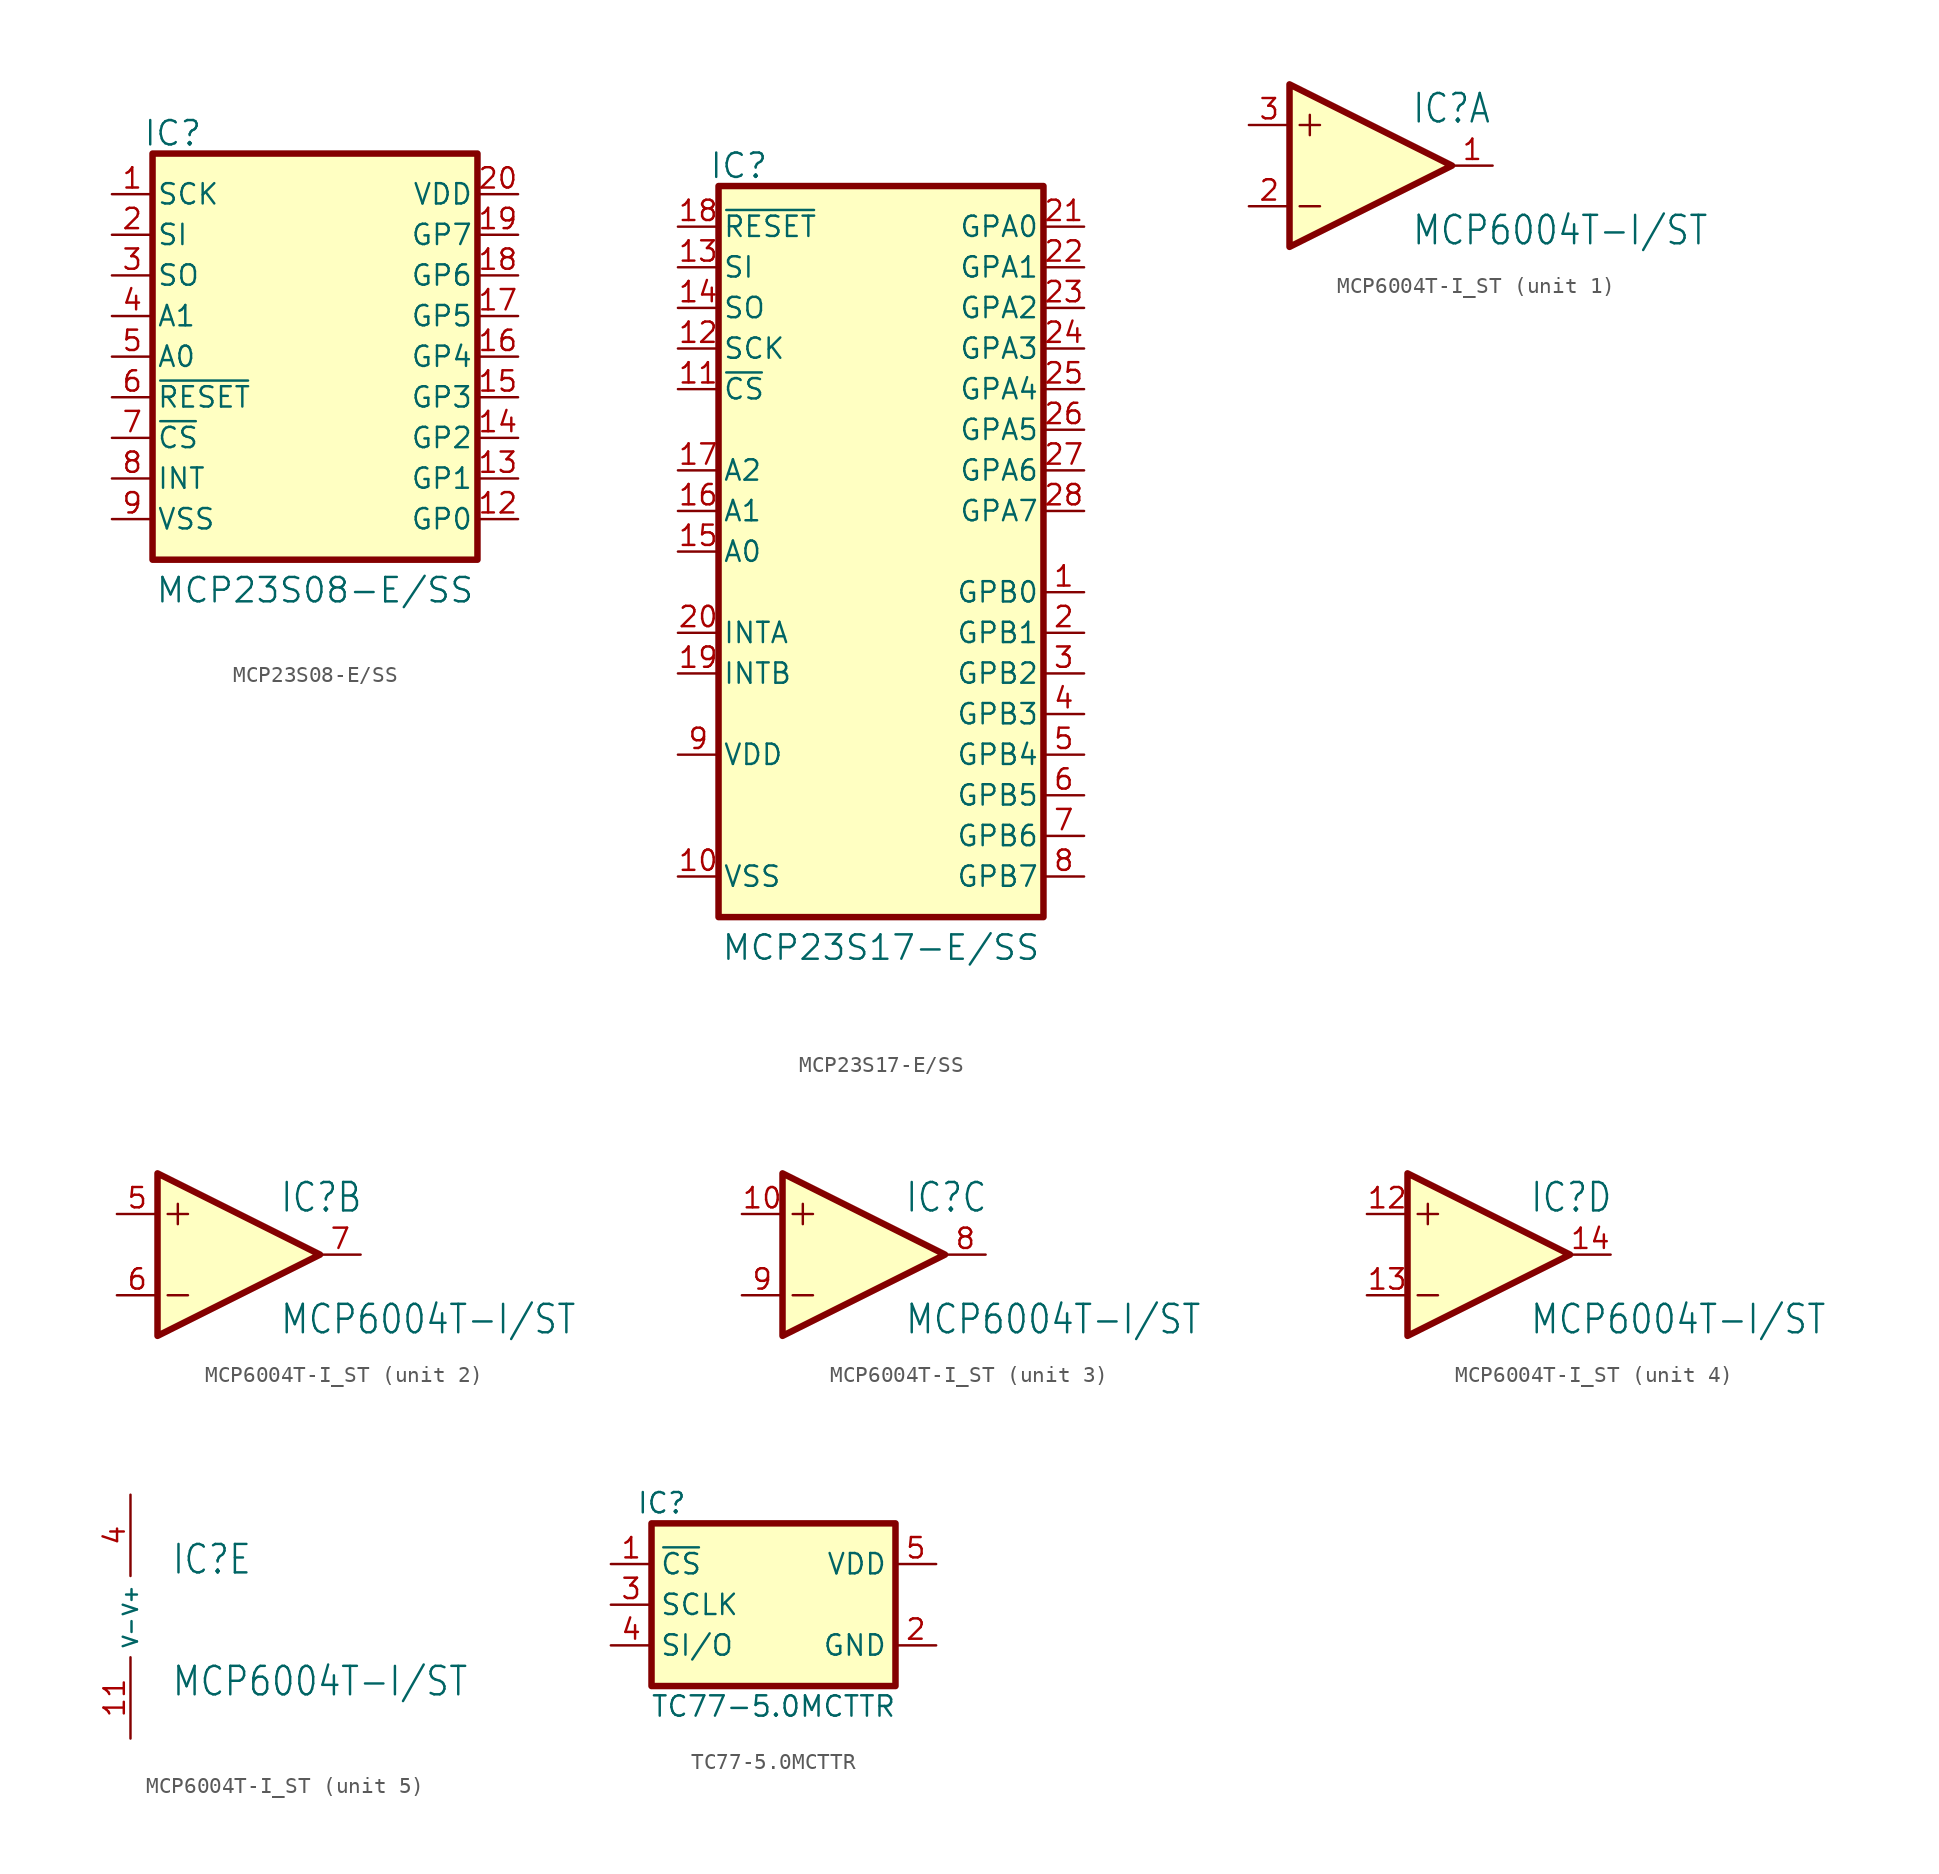
<source format=kicad_sym>
(kicad_symbol_lib
  (version 20220914)
  (generator kicad_symbol_editor)
  (symbol "MCP23S08-E/SS"
    (pin_names
      (offset 0.254))
    (property "Reference" "IC"
      (at -8.89 13.97 0)
      (effects (font (size 1.524 1.524))))
    (property "Value" "MCP23S08-E/SS"
      (at 0 -14.605 0)
      (effects (font (size 1.524 1.524))))
    (symbol "MCP23S08-E/SS_1_1"
      (rectangle (start -10.16 12.7) (end 10.16 -12.7) (stroke (width 0.406) (type default)) (fill (type background)))
      (pin input line (at -12.7 10.16 0) (length 2.54) (name "SCK" (effects (font (size 1.27 1.27)))) (number "1" (effects (font (size 1.27 1.27)))))
      (pin no_connect line (at -12.7 -12.7 0) (length 2.54) hide (name "NC" (effects (font (size 1.27 1.27)))) (number "10" (effects (font (size 1.27 1.27)))))
      (pin no_connect line (at 12.7 -12.7 180) (length 2.54) hide (name "NC" (effects (font (size 1.27 1.27)))) (number "11" (effects (font (size 1.27 1.27)))))
      (pin bidirectional line (at 12.7 -10.16 180) (length 2.54) (name "GP0" (effects (font (size 1.27 1.27)))) (number "12" (effects (font (size 1.27 1.27)))))
      (pin bidirectional line (at 12.7 -7.62 180) (length 2.54) (name "GP1" (effects (font (size 1.27 1.27)))) (number "13" (effects (font (size 1.27 1.27)))))
      (pin bidirectional line (at 12.7 -5.08 180) (length 2.54) (name "GP2" (effects (font (size 1.27 1.27)))) (number "14" (effects (font (size 1.27 1.27)))))
      (pin bidirectional line (at 12.7 -2.54 180) (length 2.54) (name "GP3" (effects (font (size 1.27 1.27)))) (number "15" (effects (font (size 1.27 1.27)))))
      (pin bidirectional line (at 12.7 0 180) (length 2.54) (name "GP4" (effects (font (size 1.27 1.27)))) (number "16" (effects (font (size 1.27 1.27)))))
      (pin bidirectional line (at 12.7 2.54 180) (length 2.54) (name "GP5" (effects (font (size 1.27 1.27)))) (number "17" (effects (font (size 1.27 1.27)))))
      (pin bidirectional line (at 12.7 5.08 180) (length 2.54) (name "GP6" (effects (font (size 1.27 1.27)))) (number "18" (effects (font (size 1.27 1.27)))))
      (pin bidirectional line (at 12.7 7.62 180) (length 2.54) (name "GP7" (effects (font (size 1.27 1.27)))) (number "19" (effects (font (size 1.27 1.27)))))
      (pin input line (at -12.7 7.62 0) (length 2.54) (name "SI" (effects (font (size 1.27 1.27)))) (number "2" (effects (font (size 1.27 1.27)))))
      (pin power_in line (at 12.7 10.16 180) (length 2.54) (name "VDD" (effects (font (size 1.27 1.27)))) (number "20" (effects (font (size 1.27 1.27)))))
      (pin output line (at -12.7 5.08 0) (length 2.54) (name "SO" (effects (font (size 1.27 1.27)))) (number "3" (effects (font (size 1.27 1.27)))))
      (pin input line (at -12.7 2.54 0) (length 2.54) (name "A1" (effects (font (size 1.27 1.27)))) (number "4" (effects (font (size 1.27 1.27)))))
      (pin input line (at -12.7 0 0) (length 2.54) (name "A0" (effects (font (size 1.27 1.27)))) (number "5" (effects (font (size 1.27 1.27)))))
      (pin input line (at -12.7 -2.54 0) (length 2.54) (name "~{RESET}" (effects (font (size 1.27 1.27)))) (number "6" (effects (font (size 1.27 1.27)))))
      (pin unspecified line (at -12.7 -5.08 0) (length 2.54) (name "~{CS}" (effects (font (size 1.27 1.27)))) (number "7" (effects (font (size 1.27 1.27)))))
      (pin output line (at -12.7 -7.62 0) (length 2.54) (name "INT" (effects (font (size 1.27 1.27)))) (number "8" (effects (font (size 1.27 1.27)))))
      (pin power_in line (at -12.7 -10.16 0) (length 2.54) (name "VSS" (effects (font (size 1.27 1.27)))) (number "9" (effects (font (size 1.27 1.27)))))))
  (symbol "MCP23S17-E/SS"
    (pin_names
      (offset 0.254))
    (property "Reference" "IC"
      (at -8.89 24.13 0)
      (effects (font (size 1.524 1.524))))
    (property "Value" "MCP23S17-E/SS"
      (at 0 -24.765 0)
      (effects (font (size 1.524 1.524))))
    (symbol "MCP23S17-E/SS_1_1"
      (rectangle (start -10.16 22.86) (end 10.16 -22.86) (stroke (width 0.406) (type default)) (fill (type background)))
      (pin bidirectional line (at 12.7 -2.54 180) (length 2.54) (name "GPB0" (effects (font (size 1.27 1.27)))) (number "1" (effects (font (size 1.27 1.27)))))
      (pin passive line (at -12.7 -20.32 0) (length 2.54) (name "VSS" (effects (font (size 1.27 1.27)))) (number "10" (effects (font (size 1.27 1.27)))))
      (pin input line (at -12.7 10.16 0) (length 2.54) (name "~{CS}" (effects (font (size 1.27 1.27)))) (number "11" (effects (font (size 1.27 1.27)))))
      (pin input line (at -12.7 12.7 0) (length 2.54) (name "SCK" (effects (font (size 1.27 1.27)))) (number "12" (effects (font (size 1.27 1.27)))))
      (pin input line (at -12.7 17.78 0) (length 2.54) (name "SI" (effects (font (size 1.27 1.27)))) (number "13" (effects (font (size 1.27 1.27)))))
      (pin output line (at -12.7 15.24 0) (length 2.54) (name "SO" (effects (font (size 1.27 1.27)))) (number "14" (effects (font (size 1.27 1.27)))))
      (pin input line (at -12.7 0 0) (length 2.54) (name "A0" (effects (font (size 1.27 1.27)))) (number "15" (effects (font (size 1.27 1.27)))))
      (pin input line (at -12.7 2.54 0) (length 2.54) (name "A1" (effects (font (size 1.27 1.27)))) (number "16" (effects (font (size 1.27 1.27)))))
      (pin input line (at -12.7 5.08 0) (length 2.54) (name "A2" (effects (font (size 1.27 1.27)))) (number "17" (effects (font (size 1.27 1.27)))))
      (pin input line (at -12.7 20.32 0) (length 2.54) (name "~{RESET}" (effects (font (size 1.27 1.27)))) (number "18" (effects (font (size 1.27 1.27)))))
      (pin output line (at -12.7 -7.62 0) (length 2.54) (name "INTB" (effects (font (size 1.27 1.27)))) (number "19" (effects (font (size 1.27 1.27)))))
      (pin bidirectional line (at 12.7 -5.08 180) (length 2.54) (name "GPB1" (effects (font (size 1.27 1.27)))) (number "2" (effects (font (size 1.27 1.27)))))
      (pin output line (at -12.7 -5.08 0) (length 2.54) (name "INTA" (effects (font (size 1.27 1.27)))) (number "20" (effects (font (size 1.27 1.27)))))
      (pin bidirectional line (at 12.7 20.32 180) (length 2.54) (name "GPA0" (effects (font (size 1.27 1.27)))) (number "21" (effects (font (size 1.27 1.27)))))
      (pin bidirectional line (at 12.7 17.78 180) (length 2.54) (name "GPA1" (effects (font (size 1.27 1.27)))) (number "22" (effects (font (size 1.27 1.27)))))
      (pin bidirectional line (at 12.7 15.24 180) (length 2.54) (name "GPA2" (effects (font (size 1.27 1.27)))) (number "23" (effects (font (size 1.27 1.27)))))
      (pin bidirectional line (at 12.7 12.7 180) (length 2.54) (name "GPA3" (effects (font (size 1.27 1.27)))) (number "24" (effects (font (size 1.27 1.27)))))
      (pin bidirectional line (at 12.7 10.16 180) (length 2.54) (name "GPA4" (effects (font (size 1.27 1.27)))) (number "25" (effects (font (size 1.27 1.27)))))
      (pin bidirectional line (at 12.7 7.62 180) (length 2.54) (name "GPA5" (effects (font (size 1.27 1.27)))) (number "26" (effects (font (size 1.27 1.27)))))
      (pin bidirectional line (at 12.7 5.08 180) (length 2.54) (name "GPA6" (effects (font (size 1.27 1.27)))) (number "27" (effects (font (size 1.27 1.27)))))
      (pin bidirectional line (at 12.7 2.54 180) (length 2.54) (name "GPA7" (effects (font (size 1.27 1.27)))) (number "28" (effects (font (size 1.27 1.27)))))
      (pin bidirectional line (at 12.7 -7.62 180) (length 2.54) (name "GPB2" (effects (font (size 1.27 1.27)))) (number "3" (effects (font (size 1.27 1.27)))))
      (pin bidirectional line (at 12.7 -10.16 180) (length 2.54) (name "GPB3" (effects (font (size 1.27 1.27)))) (number "4" (effects (font (size 1.27 1.27)))))
      (pin bidirectional line (at 12.7 -12.7 180) (length 2.54) (name "GPB4" (effects (font (size 1.27 1.27)))) (number "5" (effects (font (size 1.27 1.27)))))
      (pin bidirectional line (at 12.7 -15.24 180) (length 2.54) (name "GPB5" (effects (font (size 1.27 1.27)))) (number "6" (effects (font (size 1.27 1.27)))))
      (pin bidirectional line (at 12.7 -17.78 180) (length 2.54) (name "GPB6" (effects (font (size 1.27 1.27)))) (number "7" (effects (font (size 1.27 1.27)))))
      (pin bidirectional line (at 12.7 -20.32 180) (length 2.54) (name "GPB7" (effects (font (size 1.27 1.27)))) (number "8" (effects (font (size 1.27 1.27)))))
      (pin power_in line (at -12.7 -12.7 0) (length 2.54) (name "VDD" (effects (font (size 1.27 1.27)))) (number "9" (effects (font (size 1.27 1.27)))))))
  (symbol "MCP6004T-I_ST"
    (property "Reference" "IC"
      (at 2.54 2.54 0)
      (effects (font (size 1.778 1.511)) (justify left bottom)))
    (property "Value" "MCP6004T-I/ST"
      (at 2.54 -5.08 0)
      (effects (font (size 1.778 1.511)) (justify left bottom)))
    (property "ki_locked" ""
      (at 0 0 0)
      (effects (font (size 1.27 1.27))))
    (symbol "MCP6004T-I_ST_1_0"
      (polyline (pts (xy -4.445 -2.54) (xy -3.175 -2.54)) (stroke (width 0.152) (type solid)) (fill (type none)))
      (polyline (pts (xy -4.445 2.54) (xy -3.175 2.54)) (stroke (width 0.152) (type solid)) (fill (type none)))
      (polyline (pts (xy -3.81 3.175) (xy -3.81 1.905)) (stroke (width 0.152) (type solid)) (fill (type none)))
      (polyline (pts (xy -5.08 5.08) (xy 5.08 0) (xy -5.08 -5.08) (xy -5.08 5.08)) (stroke (width 0.406) (type default)) (fill (type background)))
      (pin output line (at 7.62 0 180) (length 2.54) (name "OUT" (effects (font (size 0 0)))) (number "1" (effects (font (size 1.27 1.27)))))
      (pin input line (at -7.62 -2.54 0) (length 2.54) (name "-IN" (effects (font (size 0 0)))) (number "2" (effects (font (size 1.27 1.27)))))
      (pin input line (at -7.62 2.54 0) (length 2.54) (name "+IN" (effects (font (size 0 0)))) (number "3" (effects (font (size 1.27 1.27))))))
    (symbol "MCP6004T-I_ST_2_0"
      (polyline (pts (xy -4.445 -2.54) (xy -3.175 -2.54)) (stroke (width 0.152) (type solid)) (fill (type none)))
      (polyline (pts (xy -4.445 2.54) (xy -3.175 2.54)) (stroke (width 0.152) (type solid)) (fill (type none)))
      (polyline (pts (xy -3.81 3.175) (xy -3.81 1.905)) (stroke (width 0.152) (type solid)) (fill (type none)))
      (polyline (pts (xy -5.08 5.08) (xy 5.08 0) (xy -5.08 -5.08) (xy -5.08 5.08)) (stroke (width 0.406) (type default)) (fill (type background)))
      (pin input line (at -7.62 2.54 0) (length 2.54) (name "+IN" (effects (font (size 0 0)))) (number "5" (effects (font (size 1.27 1.27)))))
      (pin input line (at -7.62 -2.54 0) (length 2.54) (name "-IN" (effects (font (size 0 0)))) (number "6" (effects (font (size 1.27 1.27)))))
      (pin output line (at 7.62 0 180) (length 2.54) (name "OUT" (effects (font (size 0 0)))) (number "7" (effects (font (size 1.27 1.27))))))
    (symbol "MCP6004T-I_ST_3_0"
      (polyline (pts (xy -4.445 -2.54) (xy -3.175 -2.54)) (stroke (width 0.152) (type solid)) (fill (type none)))
      (polyline (pts (xy -4.445 2.54) (xy -3.175 2.54)) (stroke (width 0.152) (type solid)) (fill (type none)))
      (polyline (pts (xy -3.81 3.175) (xy -3.81 1.905)) (stroke (width 0.152) (type solid)) (fill (type none)))
      (polyline (pts (xy -5.08 5.08) (xy 5.08 0) (xy -5.08 -5.08) (xy -5.08 5.08)) (stroke (width 0.406) (type default)) (fill (type background)))
      (pin input line (at -7.62 2.54 0) (length 2.54) (name "+IN" (effects (font (size 0 0)))) (number "10" (effects (font (size 1.27 1.27)))))
      (pin output line (at 7.62 0 180) (length 2.54) (name "OUT" (effects (font (size 0 0)))) (number "8" (effects (font (size 1.27 1.27)))))
      (pin input line (at -7.62 -2.54 0) (length 2.54) (name "-IN" (effects (font (size 0 0)))) (number "9" (effects (font (size 1.27 1.27))))))
    (symbol "MCP6004T-I_ST_4_0"
      (polyline (pts (xy -4.445 -2.54) (xy -3.175 -2.54)) (stroke (width 0.152) (type solid)) (fill (type none)))
      (polyline (pts (xy -4.445 2.54) (xy -3.175 2.54)) (stroke (width 0.152) (type solid)) (fill (type none)))
      (polyline (pts (xy -3.81 3.175) (xy -3.81 1.905)) (stroke (width 0.152) (type solid)) (fill (type none)))
      (polyline (pts (xy -5.08 5.08) (xy 5.08 0) (xy -5.08 -5.08) (xy -5.08 5.08)) (stroke (width 0.406) (type default)) (fill (type background)))
      (pin input line (at -7.62 2.54 0) (length 2.54) (name "+IN" (effects (font (size 0 0)))) (number "12" (effects (font (size 1.27 1.27)))))
      (pin input line (at -7.62 -2.54 0) (length 2.54) (name "-IN" (effects (font (size 0 0)))) (number "13" (effects (font (size 1.27 1.27)))))
      (pin output line (at 7.62 0 180) (length 2.54) (name "OUT" (effects (font (size 0 0)))) (number "14" (effects (font (size 1.27 1.27))))))
    (symbol "MCP6004T-I_ST_5_0"
      (pin power_in line (at 0 -7.62 90) (length 5.08) (name "V-" (effects (font (size 0.889 0.889)))) (number "11" (effects (font (size 1.27 1.27)))))
      (pin power_in line (at 0 7.62 270) (length 5.08) (name "V+" (effects (font (size 0.889 0.889)))) (number "4" (effects (font (size 1.27 1.27)))))))
  (symbol "TC77-5.0MCTTR"
    (property "Reference" "IC"
      (at -6.985 1.27 0)
      (effects (font (size 1.27 1.27))))
    (property "Value" "TC77-5.0MCTTR"
      (at 0 -11.43 0)
      (effects (font (size 1.27 1.27))))
    (symbol "TC77-5.0MCTTR_1_1"
      (rectangle (start -7.62 0) (end 7.62 -10.16) (stroke (width 0.406) (type default)) (fill (type background)))
      (pin input line (at -10.16 -2.54 0) (length 2.54) (name "~{CS}" (effects (font (size 1.27 1.27)))) (number "1" (effects (font (size 1.27 1.27)))))
      (pin passive line (at 10.16 -7.62 180) (length 2.54) (name "GND" (effects (font (size 1.27 1.27)))) (number "2" (effects (font (size 1.27 1.27)))))
      (pin input line (at -10.16 -5.08 0) (length 2.54) (name "SCLK" (effects (font (size 1.27 1.27)))) (number "3" (effects (font (size 1.27 1.27)))))
      (pin input line (at -10.16 -7.62 0) (length 2.54) (name "SI/O" (effects (font (size 1.27 1.27)))) (number "4" (effects (font (size 1.27 1.27)))))
      (pin power_in line (at 10.16 -2.54 180) (length 2.54) (name "VDD" (effects (font (size 1.27 1.27)))) (number "5" (effects (font (size 1.27 1.27))))))))
</source>
